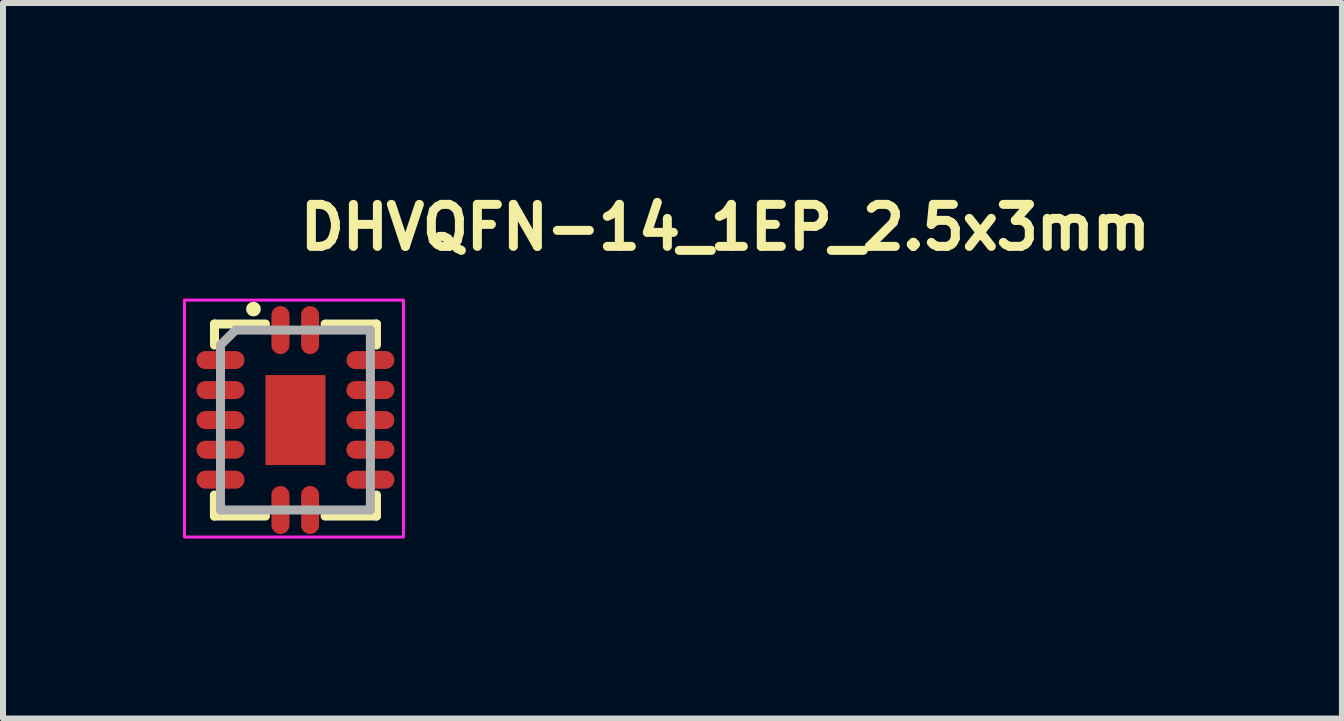
<source format=kicad_pcb>
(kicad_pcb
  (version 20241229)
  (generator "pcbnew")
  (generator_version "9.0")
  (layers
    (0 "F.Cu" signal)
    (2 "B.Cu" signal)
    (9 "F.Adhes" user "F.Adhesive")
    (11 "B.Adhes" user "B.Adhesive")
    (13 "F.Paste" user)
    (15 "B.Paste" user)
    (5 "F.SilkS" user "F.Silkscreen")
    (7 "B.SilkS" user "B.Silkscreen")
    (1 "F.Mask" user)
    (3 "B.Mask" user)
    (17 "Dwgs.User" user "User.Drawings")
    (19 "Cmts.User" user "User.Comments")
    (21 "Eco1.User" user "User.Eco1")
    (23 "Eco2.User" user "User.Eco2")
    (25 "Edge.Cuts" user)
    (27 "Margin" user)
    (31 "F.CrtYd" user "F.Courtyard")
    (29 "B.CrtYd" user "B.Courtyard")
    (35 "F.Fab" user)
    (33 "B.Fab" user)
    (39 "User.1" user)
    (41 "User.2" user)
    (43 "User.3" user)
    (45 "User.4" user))
  (footprint "DHVQFN-14_1EP_2.5x3mm"
    (layer "F.Cu")
    (at 1.875 3.952)
    (property "Reference" "DHVQFN-14_1EP_2.5x3mm" (at 0 -2.802 0) (layer "F.SilkS") (effects (font (size 0.7 0.7) (thickness 0.15)) (justify left bottom)))
    (attr smd)
    (fp_line (start -1.351 -1.601) (end -0.5 -1.601) (stroke (width 0.15) (type solid)) (layer "F.SilkS"))
    (fp_line (start -1.351 1.6) (end -1.351 1.249) (stroke (width 0.15) (type solid)) (layer "F.SilkS"))
    (fp_line (start -1.351 1.6) (end -0.5 1.6) (stroke (width 0.15) (type solid)) (layer "F.SilkS"))
    (fp_line (start -1.35 -1.601) (end -1.35 -1.25) (stroke (width 0.15) (type solid)) (layer "F.SilkS"))
    (fp_line (start 0.494 1.6) (end 1.35 1.6) (stroke (width 0.15) (type solid)) (layer "F.SilkS"))
    (fp_line (start 1.35 -1.601) (end 0.494 -1.601) (stroke (width 0.15) (type solid)) (layer "F.SilkS"))
    (fp_line (start 1.35 -1.601) (end 1.35 -1.25) (stroke (width 0.15) (type solid)) (layer "F.SilkS"))
    (fp_line (start 1.35 1.6) (end 1.35 1.249) (stroke (width 0.15) (type solid)) (layer "F.SilkS"))
    (fp_circle (center -0.7 -1.85) (end -0.653 -1.85) (stroke (width 0.15) (type solid)) (fill yes) (layer "F.SilkS"))
    (fp_rect (start -1.85 -2) (end 1.8 1.95) (stroke (width 0.05) (type solid)) (fill no) (layer "F.CrtYd"))
    (fp_line (start -1.25 -1.25) (end -1 -1.5) (stroke (width 0.15) (type solid)) (layer "F.Fab"))
    (fp_line (start -1.25 1.499) (end -1.25 -1.25) (stroke (width 0.15) (type solid)) (layer "F.Fab"))
    (fp_line (start -1 -1.5) (end 1.249 -1.5) (stroke (width 0.15) (type solid)) (layer "F.Fab"))
    (fp_line (start 1.249 -1.5) (end 1.249 1.499) (stroke (width 0.15) (type solid)) (layer "F.Fab"))
    (fp_line (start 1.249 1.499) (end -1.25 1.499) (stroke (width 0.15) (type solid)) (layer "F.Fab"))
    (fp_rect (start -1.252 -1.502) (end 1.249 1.499) (stroke (width 0.1) (type solid)) (fill no) (layer "User.5"))
    (fp_line (start -1.252 -1.125) (end -1.25 -1.125) (stroke (width 0.02) (type solid)) (layer "User.9"))
    (fp_line (start -1.252 -0.875) (end -1.252 -1.125) (stroke (width 0.02) (type solid)) (layer "User.9"))
    (fp_line (start -1.252 -0.625) (end -1.25 -0.625) (stroke (width 0.02) (type solid)) (layer "User.9"))
    (fp_line (start -1.252 -0.375) (end -1.252 -0.625) (stroke (width 0.02) (type solid)) (layer "User.9"))
    (fp_line (start -1.252 -0.125) (end -1.25 -0.125) (stroke (width 0.02) (type solid)) (layer "User.9"))
    (fp_line (start -1.252 0.123) (end -1.252 -0.125) (stroke (width 0.02) (type solid)) (layer "User.9"))
    (fp_line (start -1.252 0.373) (end -1.25 0.373) (stroke (width 0.02) (type solid)) (layer "User.9"))
    (fp_line (start -1.252 0.623) (end -1.252 0.373) (stroke (width 0.02) (type solid)) (layer "User.9"))
    (fp_line (start -1.252 0.873) (end -1.25 0.873) (stroke (width 0.02) (type solid)) (layer "User.9"))
    (fp_line (start -1.252 1.124) (end -1.252 0.873) (stroke (width 0.02) (type solid)) (layer "User.9"))
    (fp_line (start -1.25 -1.5) (end -1.25 1.499) (stroke (width 0.02) (type solid)) (layer "User.9"))
    (fp_line (start -1.25 -0.875) (end -1.252 -0.875) (stroke (width 0.02) (type solid)) (layer "User.9"))
    (fp_line (start -1.25 -0.375) (end -1.252 -0.375) (stroke (width 0.02) (type solid)) (layer "User.9"))
    (fp_line (start -1.25 0.123) (end -1.252 0.123) (stroke (width 0.02) (type solid)) (layer "User.9"))
    (fp_line (start -1.25 0.623) (end -1.252 0.623) (stroke (width 0.02) (type solid)) (layer "User.9"))
    (fp_line (start -1.25 1.124) (end -1.252 1.124) (stroke (width 0.02) (type solid)) (layer "User.9"))
    (fp_line (start -1.25 1.499) (end 1.249 1.499) (stroke (width 0.02) (type solid)) (layer "User.9"))
    (fp_line (start -0.375 -1.502) (end -0.125 -1.502) (stroke (width 0.02) (type solid)) (layer "User.9"))
    (fp_line (start -0.375 -1.5) (end -0.375 -1.502) (stroke (width 0.02) (type solid)) (layer "User.9"))
    (fp_line (start -0.375 1.499) (end -0.375 1.499) (stroke (width 0.02) (type solid)) (layer "User.9"))
    (fp_line (start -0.125 -1.502) (end -0.125 -1.5) (stroke (width 0.02) (type solid)) (layer "User.9"))
    (fp_line (start -0.125 1.499) (end -0.375 1.499) (stroke (width 0.02) (type solid)) (layer "User.9"))
    (fp_line (start -0.125 1.499) (end -0.125 1.499) (stroke (width 0.02) (type solid)) (layer "User.9"))
    (fp_line (start 0.123 -1.502) (end 0.373 -1.502) (stroke (width 0.02) (type solid)) (layer "User.9"))
    (fp_line (start 0.123 -1.5) (end 0.123 -1.502) (stroke (width 0.02) (type solid)) (layer "User.9"))
    (fp_line (start 0.123 1.499) (end 0.123 1.499) (stroke (width 0.02) (type solid)) (layer "User.9"))
    (fp_line (start 0.373 -1.502) (end 0.373 -1.5) (stroke (width 0.02) (type solid)) (layer "User.9"))
    (fp_line (start 0.373 1.499) (end 0.123 1.499) (stroke (width 0.02) (type solid)) (layer "User.9"))
    (fp_line (start 0.373 1.499) (end 0.373 1.499) (stroke (width 0.02) (type solid)) (layer "User.9"))
    (fp_line (start 1.249 -1.5) (end -1.25 -1.5) (stroke (width 0.02) (type solid)) (layer "User.9"))
    (fp_line (start 1.249 -1.125) (end 1.249 -1.125) (stroke (width 0.02) (type solid)) (layer "User.9"))
    (fp_line (start 1.249 -1.125) (end 1.249 -0.875) (stroke (width 0.02) (type solid)) (layer "User.9"))
    (fp_line (start 1.249 -0.875) (end 1.249 -0.875) (stroke (width 0.02) (type solid)) (layer "User.9"))
    (fp_line (start 1.249 -0.625) (end 1.249 -0.625) (stroke (width 0.02) (type solid)) (layer "User.9"))
    (fp_line (start 1.249 -0.625) (end 1.249 -0.375) (stroke (width 0.02) (type solid)) (layer "User.9"))
    (fp_line (start 1.249 -0.375) (end 1.249 -0.375) (stroke (width 0.02) (type solid)) (layer "User.9"))
    (fp_line (start 1.249 -0.125) (end 1.249 -0.125) (stroke (width 0.02) (type solid)) (layer "User.9"))
    (fp_line (start 1.249 -0.125) (end 1.249 0.123) (stroke (width 0.02) (type solid)) (layer "User.9"))
    (fp_line (start 1.249 0.123) (end 1.249 0.123) (stroke (width 0.02) (type solid)) (layer "User.9"))
    (fp_line (start 1.249 0.373) (end 1.249 0.373) (stroke (width 0.02) (type solid)) (layer "User.9"))
    (fp_line (start 1.249 0.373) (end 1.249 0.623) (stroke (width 0.02) (type solid)) (layer "User.9"))
    (fp_line (start 1.249 0.623) (end 1.249 0.623) (stroke (width 0.02) (type solid)) (layer "User.9"))
    (fp_line (start 1.249 0.873) (end 1.249 0.873) (stroke (width 0.02) (type solid)) (layer "User.9"))
    (fp_line (start 1.249 0.873) (end 1.249 1.124) (stroke (width 0.02) (type solid)) (layer "User.9"))
    (fp_line (start 1.249 1.124) (end 1.249 1.124) (stroke (width 0.02) (type solid)) (layer "User.9"))
    (fp_line (start 1.249 1.499) (end 1.249 -1.5) (stroke (width 0.02) (type solid)) (layer "User.9"))
    (fp_circle (center -1 -1.25) (end -0.9 -1.25) (stroke (width 0.02) (type solid)) (fill no) (layer "User.9"))
    (pad "1" smd oval (at -0.25 -1.5) (size 0.3 0.8) (layers "F.Cu" "F.Mask" "F.Paste"))
    (pad "2" smd oval (at -1.25 -1 90) (size 0.3 0.8) (layers "F.Cu" "F.Mask" "F.Paste"))
    (pad "3" smd oval (at -1.25 -0.5 90) (size 0.3 0.8) (layers "F.Cu" "F.Mask" "F.Paste"))
    (pad "4" smd oval (at -1.25 0 90) (size 0.3 0.8) (layers "F.Cu" "F.Mask" "F.Paste"))
    (pad "5" smd oval (at -1.25 0.494 90) (size 0.3 0.8) (layers "F.Cu" "F.Mask" "F.Paste"))
    (pad "6" smd oval (at -1.25 0.994 90) (size 0.3 0.8) (layers "F.Cu" "F.Mask" "F.Paste"))
    (pad "7" smd oval (at -0.25 1.499) (size 0.3 0.8) (layers "F.Cu" "F.Mask" "F.Paste"))
    (pad "8" smd oval (at 0.244 1.499) (size 0.3 0.8) (layers "F.Cu" "F.Mask" "F.Paste"))
    (pad "9" smd oval (at 1.249 0.994 90) (size 0.3 0.8) (layers "F.Cu" "F.Mask" "F.Paste"))
    (pad "10" smd oval (at 1.249 0.494 90) (size 0.3 0.8) (layers "F.Cu" "F.Mask" "F.Paste"))
    (pad "11" smd oval (at 1.249 0 90) (size 0.3 0.8) (layers "F.Cu" "F.Mask" "F.Paste"))
    (pad "12" smd oval (at 1.249 -0.5 90) (size 0.3 0.8) (layers "F.Cu" "F.Mask" "F.Paste"))
    (pad "13" smd oval (at 1.249 -1 90) (size 0.3 0.8) (layers "F.Cu" "F.Mask" "F.Paste"))
    (pad "14" smd oval (at 0.244 -1.5) (size 0.3 0.8) (layers "F.Cu" "F.Mask" "F.Paste"))
    (pad "15" smd rect (at 0 0) (size 1 1.5) (layers "F.Cu" "F.Mask" "F.Paste")))
  (gr_rect
    (start -3 -3)
    (end 19.318 8.927)
    (stroke (width 0.1) (type default))
    (fill no)
    (layer "Edge.Cuts")))
</source>
